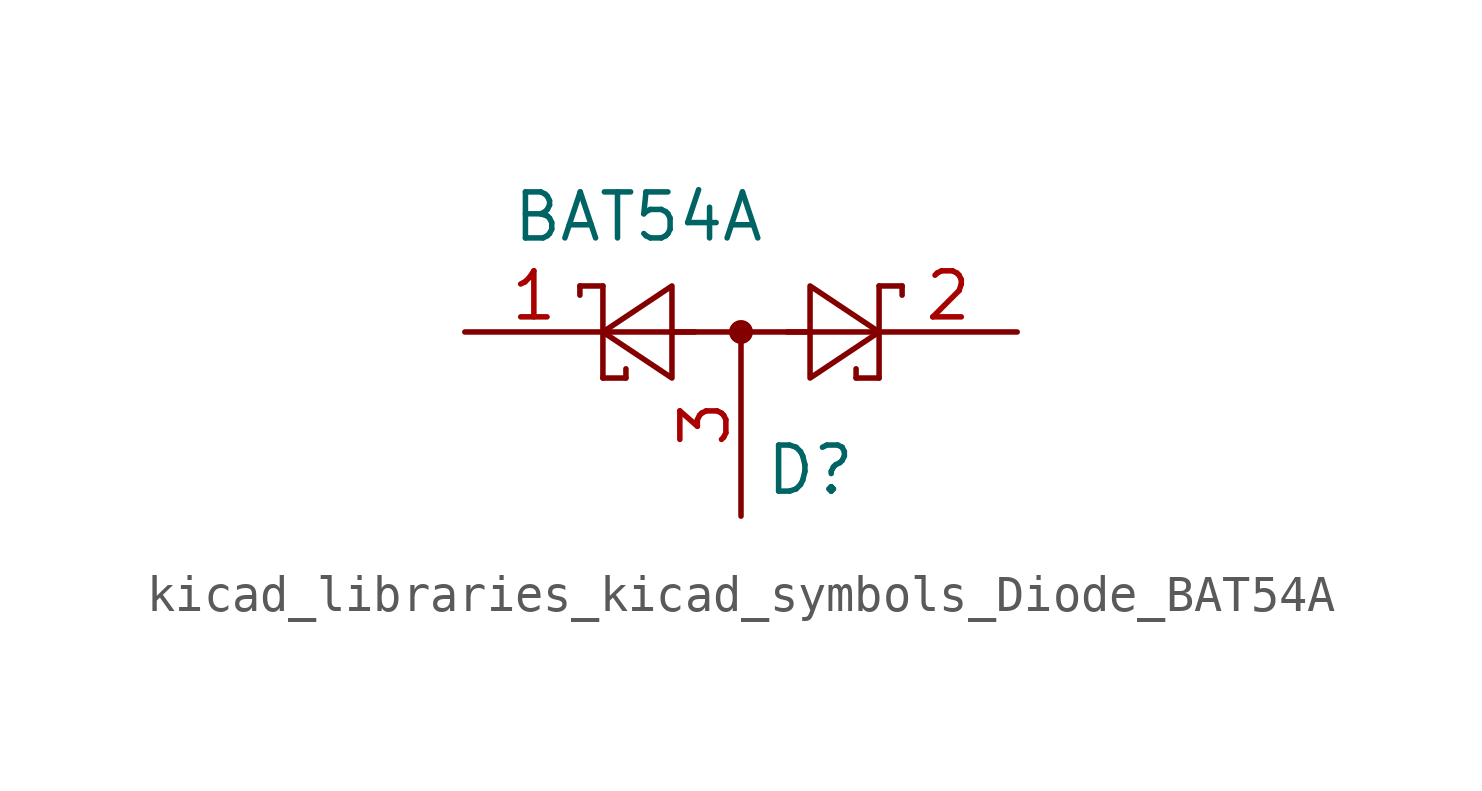
<source format=kicad_sym>
(kicad_symbol_lib
  (version 20220914)
  (generator kicad_symbol_editor)
  (symbol "kicad_libraries_kicad_symbols_Diode_BAT54A"
    (pin_names
      (offset 1.016))
    (property "Reference" "D"
      (at 0.635 -3.81 0)
      (effects (font (size 1.27 1.27)) (justify left)))
    (property "Value" "BAT54A"
      (at -6.35 3.175 0)
      (effects (font (size 1.27 1.27)) (justify left)))
    (symbol "kicad_libraries_kicad_symbols_Diode_BAT54A_0_1"
      (polyline (pts (xy -4.445 1.27) (xy -4.445 1.016)) (stroke (width 0) (type default)) (fill (type none)))
      (polyline (pts (xy -3.81 -1.27) (xy -3.81 1.27)) (stroke (width 0) (type default)) (fill (type none)))
      (polyline (pts (xy -3.81 -1.27) (xy -3.175 -1.27)) (stroke (width 0) (type default)) (fill (type none)))
      (polyline (pts (xy -3.81 0) (xy -1.27 0)) (stroke (width 0) (type default)) (fill (type none)))
      (polyline (pts (xy -3.81 1.27) (xy -4.445 1.27)) (stroke (width 0) (type default)) (fill (type none)))
      (polyline (pts (xy -3.175 -1.27) (xy -3.175 -1.016)) (stroke (width 0) (type default)) (fill (type none)))
      (polyline (pts (xy -1.905 0) (xy 1.905 0)) (stroke (width 0) (type default)) (fill (type none)))
      (polyline (pts (xy 1.27 0) (xy 3.81 0)) (stroke (width 0) (type default)) (fill (type none)))
      (polyline (pts (xy 3.175 -1.27) (xy 3.175 -1.016)) (stroke (width 0) (type default)) (fill (type none)))
      (polyline (pts (xy 3.81 -1.27) (xy 3.175 -1.27)) (stroke (width 0) (type default)) (fill (type none)))
      (polyline (pts (xy 3.81 -1.27) (xy 3.81 1.27)) (stroke (width 0) (type default)) (fill (type none)))
      (polyline (pts (xy 3.81 1.27) (xy 4.445 1.27)) (stroke (width 0) (type default)) (fill (type none)))
      (polyline (pts (xy 4.445 1.27) (xy 4.445 1.016)) (stroke (width 0) (type default)) (fill (type none)))
      (polyline (pts (xy -1.905 1.27) (xy -1.905 -1.27) (xy -3.81 0) (xy -1.905 1.27)) (stroke (width 0) (type default)) (fill (type none)))
      (polyline (pts (xy 1.905 1.27) (xy 1.905 -1.27) (xy 3.81 0) (xy 1.905 1.27)) (stroke (width 0) (type default)) (fill (type none)))
      (circle (center 0 0) (radius 0.254) (stroke (width 0) (type default)) (fill (type outline))))
    (symbol "kicad_libraries_kicad_symbols_Diode_BAT54A_1_1"
      (pin passive line (at -7.62 0 0) (length 3.81) (name "~" (effects (font (size 1.27 1.27)))) (number "1" (effects (font (size 1.27 1.27)))))
      (pin passive line (at 7.62 0 180) (length 3.81) (name "~" (effects (font (size 1.27 1.27)))) (number "2" (effects (font (size 1.27 1.27)))))
      (pin passive line (at 0 -5.08 90) (length 5.08) (name "~" (effects (font (size 1.27 1.27)))) (number "3" (effects (font (size 1.27 1.27))))))))
</source>
